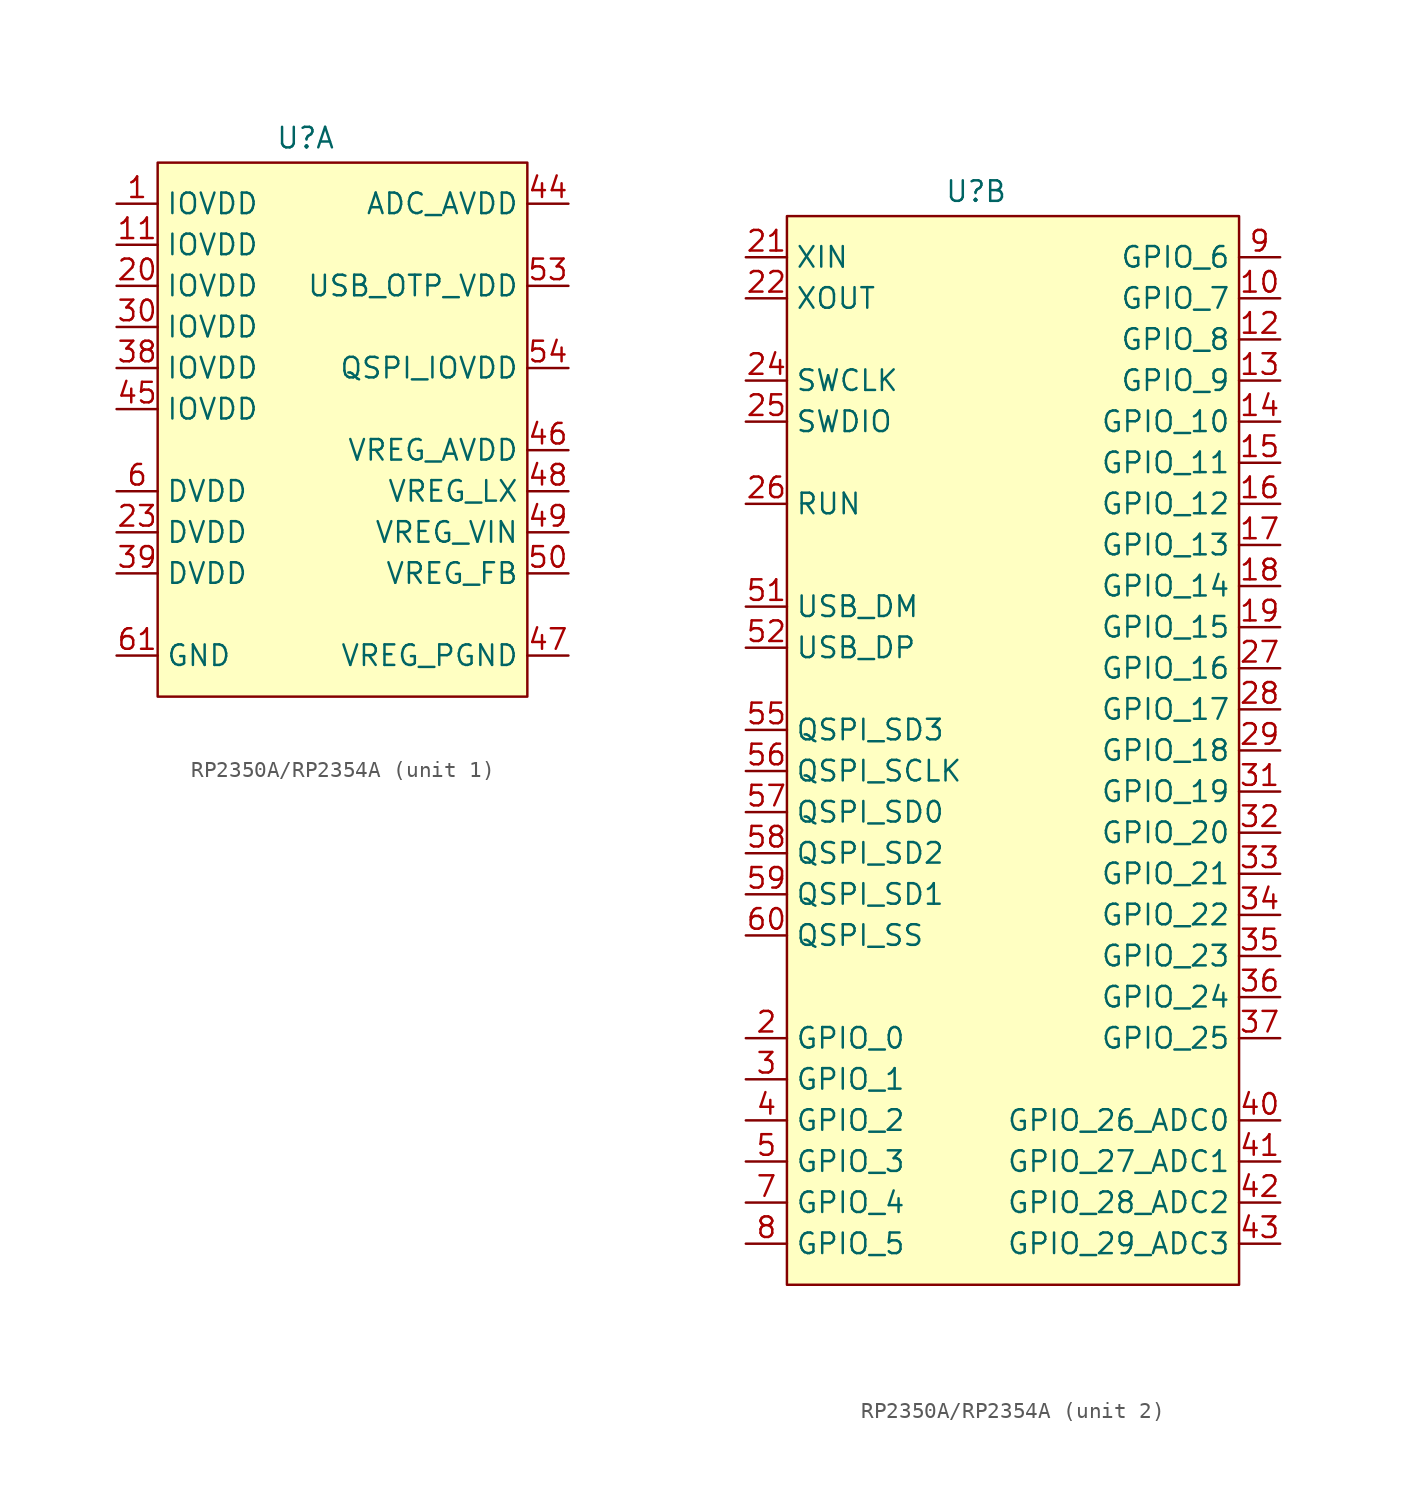
<source format=kicad_sym>
(kicad_symbol_lib
  (version 20231120)
  (generator "kicad_symbol_editor")
  (generator_version "8.0")
  (symbol "RP2350A/RP2354A"
    (property "Reference" "U"
      (at -2.286 7.874 0)
      (effects (font (size 1.27 1.27))))
    (property "Value" ""
      (at -6.35 0 0)
      (effects (font (size 1.27 1.27))))
    (property "ki_locked" ""
      (at 0 0 0)
      (effects (font (size 1.27 1.27))))
    (symbol "RP2350A/RP2354A_1_1"
      (rectangle (start -11.43 6.35) (end 11.43 -26.67) (stroke (width 0) (type default) (color 132 0 0 1)) (fill (type color) (color 255 255 194 1)))
      (pin power_in line (at -13.97 3.81 0) (length 2.54) (name "IOVDD" (effects (font (size 1.27 1.27)))) (number "1" (effects (font (size 1.27 1.27)))))
      (pin power_in line (at -13.97 1.27 0) (length 2.54) (name "IOVDD" (effects (font (size 1.27 1.27)))) (number "11" (effects (font (size 1.27 1.27)))))
      (pin power_in line (at -13.97 -1.27 0) (length 2.54) (name "IOVDD" (effects (font (size 1.27 1.27)))) (number "20" (effects (font (size 1.27 1.27)))))
      (pin power_in line (at -13.97 -16.51 0) (length 2.54) (name "DVDD" (effects (font (size 1.27 1.27)))) (number "23" (effects (font (size 1.27 1.27)))))
      (pin power_in line (at -13.97 -3.81 0) (length 2.54) (name "IOVDD" (effects (font (size 1.27 1.27)))) (number "30" (effects (font (size 1.27 1.27)))))
      (pin power_in line (at -13.97 -6.35 0) (length 2.54) (name "IOVDD" (effects (font (size 1.27 1.27)))) (number "38" (effects (font (size 1.27 1.27)))))
      (pin power_in line (at -13.97 -19.05 0) (length 2.54) (name "DVDD" (effects (font (size 1.27 1.27)))) (number "39" (effects (font (size 1.27 1.27)))))
      (pin power_in line (at 13.97 3.81 180) (length 2.54) (name "ADC_AVDD" (effects (font (size 1.27 1.27)))) (number "44" (effects (font (size 1.27 1.27)))))
      (pin power_in line (at -13.97 -8.89 0) (length 2.54) (name "IOVDD" (effects (font (size 1.27 1.27)))) (number "45" (effects (font (size 1.27 1.27)))))
      (pin power_in line (at 13.97 -11.43 180) (length 2.54) (name "VREG_AVDD" (effects (font (size 1.27 1.27)))) (number "46" (effects (font (size 1.27 1.27)))))
      (pin power_in line (at 13.97 -24.13 180) (length 2.54) (name "VREG_PGND" (effects (font (size 1.27 1.27)))) (number "47" (effects (font (size 1.27 1.27)))))
      (pin power_in line (at 13.97 -13.97 180) (length 2.54) (name "VREG_LX" (effects (font (size 1.27 1.27)))) (number "48" (effects (font (size 1.27 1.27)))))
      (pin power_in line (at 13.97 -16.51 180) (length 2.54) (name "VREG_VIN" (effects (font (size 1.27 1.27)))) (number "49" (effects (font (size 1.27 1.27)))))
      (pin power_in line (at 13.97 -19.05 180) (length 2.54) (name "VREG_FB" (effects (font (size 1.27 1.27)))) (number "50" (effects (font (size 1.27 1.27)))))
      (pin power_in line (at 13.97 -1.27 180) (length 2.54) (name "USB_OTP_VDD" (effects (font (size 1.27 1.27)))) (number "53" (effects (font (size 1.27 1.27)))))
      (pin power_in line (at 13.97 -6.35 180) (length 2.54) (name "QSPI_IOVDD" (effects (font (size 1.27 1.27)))) (number "54" (effects (font (size 1.27 1.27)))))
      (pin power_in line (at -13.97 -13.97 0) (length 2.54) (name "DVDD" (effects (font (size 1.27 1.27)))) (number "6" (effects (font (size 1.27 1.27)))))
      (pin power_in line (at -13.97 -24.13 0) (length 2.54) (name "GND" (effects (font (size 1.27 1.27)))) (number "61" (effects (font (size 1.27 1.27))))))
    (symbol "RP2350A/RP2354A_2_0"
      (pin bidirectional line (at 16.51 1.27 180) (length 2.54) (name "GPIO_7" (effects (font (size 1.27 1.27)))) (number "10" (effects (font (size 1.27 1.27)))))
      (pin bidirectional line (at 16.51 -1.27 180) (length 2.54) (name "GPIO_8" (effects (font (size 1.27 1.27)))) (number "12" (effects (font (size 1.27 1.27)))))
      (pin bidirectional line (at 16.51 -3.81 180) (length 2.54) (name "GPIO_9" (effects (font (size 1.27 1.27)))) (number "13" (effects (font (size 1.27 1.27)))))
      (pin bidirectional line (at 16.51 -6.35 180) (length 2.54) (name "GPIO_10" (effects (font (size 1.27 1.27)))) (number "14" (effects (font (size 1.27 1.27)))))
      (pin bidirectional line (at 16.51 -8.89 180) (length 2.54) (name "GPIO_11" (effects (font (size 1.27 1.27)))) (number "15" (effects (font (size 1.27 1.27)))))
      (pin bidirectional line (at 16.51 -11.43 180) (length 2.54) (name "GPIO_12" (effects (font (size 1.27 1.27)))) (number "16" (effects (font (size 1.27 1.27)))))
      (pin bidirectional line (at 16.51 -13.97 180) (length 2.54) (name "GPIO_13" (effects (font (size 1.27 1.27)))) (number "17" (effects (font (size 1.27 1.27)))))
      (pin bidirectional line (at 16.51 -16.51 180) (length 2.54) (name "GPIO_14" (effects (font (size 1.27 1.27)))) (number "18" (effects (font (size 1.27 1.27)))))
      (pin bidirectional line (at 16.51 -19.05 180) (length 2.54) (name "GPIO_15" (effects (font (size 1.27 1.27)))) (number "19" (effects (font (size 1.27 1.27)))))
      (pin bidirectional line (at 16.51 -21.59 180) (length 2.54) (name "GPIO_16" (effects (font (size 1.27 1.27)))) (number "27" (effects (font (size 1.27 1.27)))))
      (pin bidirectional line (at 16.51 -24.13 180) (length 2.54) (name "GPIO_17" (effects (font (size 1.27 1.27)))) (number "28" (effects (font (size 1.27 1.27)))))
      (pin bidirectional line (at 16.51 -26.67 180) (length 2.54) (name "GPIO_18" (effects (font (size 1.27 1.27)))) (number "29" (effects (font (size 1.27 1.27)))))
      (pin bidirectional line (at 16.51 -29.21 180) (length 2.54) (name "GPIO_19" (effects (font (size 1.27 1.27)))) (number "31" (effects (font (size 1.27 1.27)))))
      (pin bidirectional line (at 16.51 -31.75 180) (length 2.54) (name "GPIO_20" (effects (font (size 1.27 1.27)))) (number "32" (effects (font (size 1.27 1.27)))))
      (pin bidirectional line (at 16.51 -34.29 180) (length 2.54) (name "GPIO_21" (effects (font (size 1.27 1.27)))) (number "33" (effects (font (size 1.27 1.27)))))
      (pin bidirectional line (at 16.51 -36.83 180) (length 2.54) (name "GPIO_22" (effects (font (size 1.27 1.27)))) (number "34" (effects (font (size 1.27 1.27)))))
      (pin bidirectional line (at 16.51 -39.37 180) (length 2.54) (name "GPIO_23" (effects (font (size 1.27 1.27)))) (number "35" (effects (font (size 1.27 1.27)))))
      (pin bidirectional line (at 16.51 -41.91 180) (length 2.54) (name "GPIO_24" (effects (font (size 1.27 1.27)))) (number "36" (effects (font (size 1.27 1.27)))))
      (pin bidirectional line (at 16.51 -44.45 180) (length 2.54) (name "GPIO_25" (effects (font (size 1.27 1.27)))) (number "37" (effects (font (size 1.27 1.27)))))
      (pin bidirectional line (at 16.51 -49.53 180) (length 2.54) (name "GPIO_26_ADC0" (effects (font (size 1.27 1.27)))) (number "40" (effects (font (size 1.27 1.27)))))
      (pin bidirectional line (at 16.51 -52.07 180) (length 2.54) (name "GPIO_27_ADC1" (effects (font (size 1.27 1.27)))) (number "41" (effects (font (size 1.27 1.27)))))
      (pin bidirectional line (at 16.51 -54.61 180) (length 2.54) (name "GPIO_28_ADC2" (effects (font (size 1.27 1.27)))) (number "42" (effects (font (size 1.27 1.27)))))
      (pin bidirectional line (at 16.51 -57.15 180) (length 2.54) (name "GPIO_29_ADC3" (effects (font (size 1.27 1.27)))) (number "43" (effects (font (size 1.27 1.27))))))
    (symbol "RP2350A/RP2354A_2_1"
      (rectangle (start -13.97 6.35) (end 13.97 -59.69) (stroke (width 0) (type default) (color 132 0 0 1)) (fill (type color) (color 255 255 194 1)))
      (pin bidirectional line (at -16.51 -44.45 0) (length 2.54) (name "GPIO_0" (effects (font (size 1.27 1.27)))) (number "2" (effects (font (size 1.27 1.27)))))
      (pin input line (at -16.51 3.81 0) (length 2.54) (name "XIN" (effects (font (size 1.27 1.27)))) (number "21" (effects (font (size 1.27 1.27)))))
      (pin output line (at -16.51 1.27 0) (length 2.54) (name "XOUT" (effects (font (size 1.27 1.27)))) (number "22" (effects (font (size 1.27 1.27)))))
      (pin input line (at -16.51 -3.81 0) (length 2.54) (name "SWCLK" (effects (font (size 1.27 1.27)))) (number "24" (effects (font (size 1.27 1.27)))))
      (pin bidirectional line (at -16.51 -6.35 0) (length 2.54) (name "SWDIO" (effects (font (size 1.27 1.27)))) (number "25" (effects (font (size 1.27 1.27)))))
      (pin bidirectional line (at -16.51 -11.43 0) (length 2.54) (name "RUN" (effects (font (size 1.27 1.27)))) (number "26" (effects (font (size 1.27 1.27)))))
      (pin bidirectional line (at -16.51 -46.99 0) (length 2.54) (name "GPIO_1" (effects (font (size 1.27 1.27)))) (number "3" (effects (font (size 1.27 1.27)))))
      (pin bidirectional line (at -16.51 -49.53 0) (length 2.54) (name "GPIO_2" (effects (font (size 1.27 1.27)))) (number "4" (effects (font (size 1.27 1.27)))))
      (pin bidirectional line (at -16.51 -52.07 0) (length 2.54) (name "GPIO_3" (effects (font (size 1.27 1.27)))) (number "5" (effects (font (size 1.27 1.27)))))
      (pin bidirectional line (at -16.51 -17.78 0) (length 2.54) (name "USB_DM" (effects (font (size 1.27 1.27)))) (number "51" (effects (font (size 1.27 1.27)))))
      (pin bidirectional line (at -16.51 -20.32 0) (length 2.54) (name "USB_DP" (effects (font (size 1.27 1.27)))) (number "52" (effects (font (size 1.27 1.27)))))
      (pin bidirectional line (at -16.51 -25.4 0) (length 2.54) (name "QSPI_SD3" (effects (font (size 1.27 1.27)))) (number "55" (effects (font (size 1.27 1.27)))))
      (pin bidirectional line (at -16.51 -27.94 0) (length 2.54) (name "QSPI_SCLK" (effects (font (size 1.27 1.27)))) (number "56" (effects (font (size 1.27 1.27)))))
      (pin bidirectional line (at -16.51 -30.48 0) (length 2.54) (name "QSPI_SD0" (effects (font (size 1.27 1.27)))) (number "57" (effects (font (size 1.27 1.27)))))
      (pin bidirectional line (at -16.51 -33.02 0) (length 2.54) (name "QSPI_SD2" (effects (font (size 1.27 1.27)))) (number "58" (effects (font (size 1.27 1.27)))))
      (pin bidirectional line (at -16.51 -35.56 0) (length 2.54) (name "QSPI_SD1" (effects (font (size 1.27 1.27)))) (number "59" (effects (font (size 1.27 1.27)))))
      (pin bidirectional line (at -16.51 -38.1 0) (length 2.54) (name "QSPI_SS" (effects (font (size 1.27 1.27)))) (number "60" (effects (font (size 1.27 1.27)))))
      (pin bidirectional line (at -16.51 -54.61 0) (length 2.54) (name "GPIO_4" (effects (font (size 1.27 1.27)))) (number "7" (effects (font (size 1.27 1.27)))))
      (pin bidirectional line (at -16.51 -57.15 0) (length 2.54) (name "GPIO_5" (effects (font (size 1.27 1.27)))) (number "8" (effects (font (size 1.27 1.27)))))
      (pin bidirectional line (at 16.51 3.81 180) (length 2.54) (name "GPIO_6" (effects (font (size 1.27 1.27)))) (number "9" (effects (font (size 1.27 1.27))))))))
</source>
